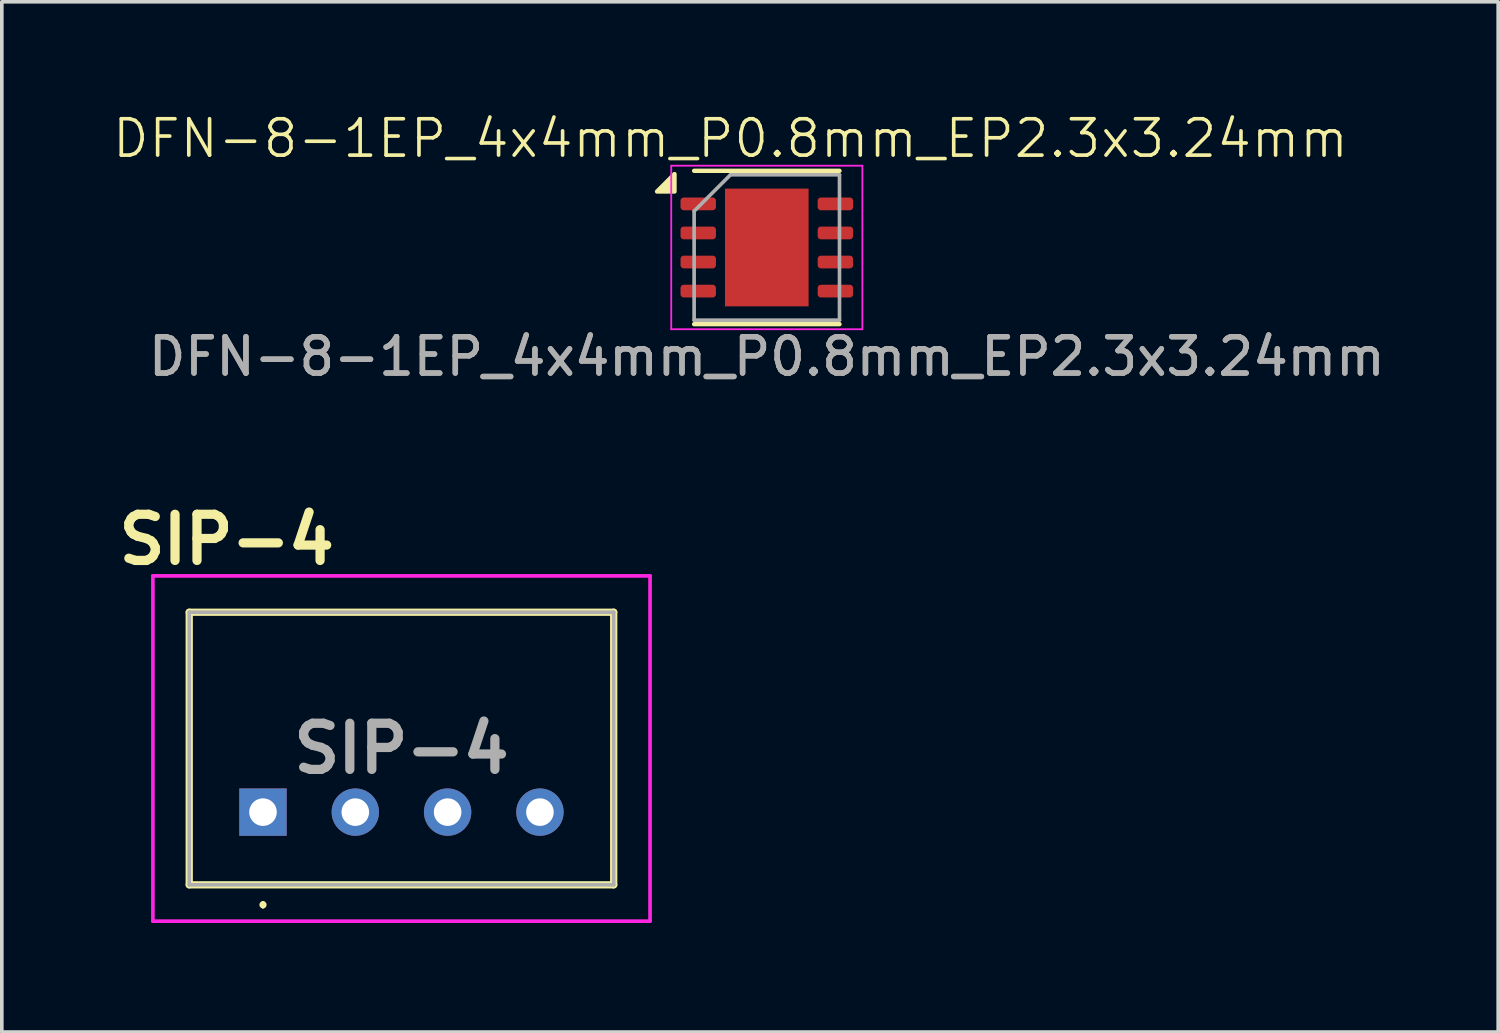
<source format=kicad_pcb>
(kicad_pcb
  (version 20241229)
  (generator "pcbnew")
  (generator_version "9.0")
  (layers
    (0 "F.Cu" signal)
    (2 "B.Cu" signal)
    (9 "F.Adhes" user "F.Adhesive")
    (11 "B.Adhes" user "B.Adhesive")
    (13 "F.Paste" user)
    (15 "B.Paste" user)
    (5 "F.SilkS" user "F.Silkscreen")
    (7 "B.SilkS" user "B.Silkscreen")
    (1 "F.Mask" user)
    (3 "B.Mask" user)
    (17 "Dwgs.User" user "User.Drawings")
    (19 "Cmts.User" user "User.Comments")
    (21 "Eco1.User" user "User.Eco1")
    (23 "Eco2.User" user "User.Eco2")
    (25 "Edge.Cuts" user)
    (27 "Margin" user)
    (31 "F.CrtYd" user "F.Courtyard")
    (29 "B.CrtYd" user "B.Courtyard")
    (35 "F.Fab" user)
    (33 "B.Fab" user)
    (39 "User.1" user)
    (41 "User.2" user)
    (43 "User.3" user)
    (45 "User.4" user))
  (footprint "SIP-4"
    (layer "F.Cu")
    (at 4.187 19.297)
    (property "Reference" "SIP-4" (at -1 -7.5 0) (layer "F.SilkS") (effects (font (size 1.27 1.27) (thickness 0.254))))
    (attr through_hole)
    (fp_line (start -2.03 -5.5) (end -2.03 2) (stroke (width 0.2) (type solid)) (layer "F.SilkS"))
    (fp_line (start -2.03 2) (end 9.65 2) (stroke (width 0.2) (type solid)) (layer "F.SilkS"))
    (fp_line (start 0 2.5) (end 0 2.5) (stroke (width 0.1) (type solid)) (layer "F.SilkS"))
    (fp_line (start 0 2.6) (end 0 2.6) (stroke (width 0.1) (type solid)) (layer "F.SilkS"))
    (fp_line (start 9.65 -5.5) (end -2.03 -5.5) (stroke (width 0.2) (type solid)) (layer "F.SilkS"))
    (fp_line (start 9.65 2) (end 9.65 -5.5) (stroke (width 0.2) (type solid)) (layer "F.SilkS"))
    (fp_arc (start 0 2.5) (mid 0.05 2.55) (end 0 2.6) (stroke (width 0.1) (type solid)) (layer "F.SilkS"))
    (fp_arc (start 0 2.6) (mid -0.05 2.55) (end 0 2.5) (stroke (width 0.1) (type solid)) (layer "F.SilkS"))
    (fp_line (start -3.03 -6.5) (end -3.03 3) (stroke (width 0.1) (type solid)) (layer "F.CrtYd"))
    (fp_line (start -3.03 3) (end 10.65 3) (stroke (width 0.1) (type solid)) (layer "F.CrtYd"))
    (fp_line (start 10.65 -6.5) (end -3.03 -6.5) (stroke (width 0.1) (type solid)) (layer "F.CrtYd"))
    (fp_line (start 10.65 3) (end 10.65 -6.5) (stroke (width 0.1) (type solid)) (layer "F.CrtYd"))
    (fp_line (start -2.03 -5.5) (end -2.03 2) (stroke (width 0.1) (type solid)) (layer "F.Fab"))
    (fp_line (start -2.03 2) (end 9.65 2) (stroke (width 0.1) (type solid)) (layer "F.Fab"))
    (fp_line (start 9.65 -5.5) (end -2.03 -5.5) (stroke (width 0.1) (type solid)) (layer "F.Fab"))
    (fp_line (start 9.65 2) (end 9.65 -5.5) (stroke (width 0.1) (type solid)) (layer "F.Fab"))
    (fp_text user "${REFERENCE}" (at 3.81 -1.75 0) (layer "F.Fab") (effects (font (size 1.27 1.27) (thickness 0.254))))
    (pad "1" thru_hole rect (at 0 0) (size 1.303 1.303) (drill 0.76) (layers "*.Cu" "*.Mask"))
    (pad "2" thru_hole circle (at 2.54 0) (size 1.303 1.303) (drill 0.76) (layers "*.Cu" "*.Mask"))
    (pad "3" thru_hole circle (at 5.08 0) (size 1.303 1.303) (drill 0.76) (layers "*.Cu" "*.Mask"))
    (pad "4" thru_hole circle (at 7.62 0) (size 1.303 1.303) (drill 0.76) (layers "*.Cu" "*.Mask")))
  (footprint "DFN-8-1EP_4x4mm_P0.8mm_EP2.3x3.24mm"
    (layer "F.Cu")
    (at 18.05 3.76)
    (property "Reference" "DFN-8-1EP_4x4mm_P0.8mm_EP2.3x3.24mm" (at -1 -3 0) (unlocked yes) (layer "F.SilkS") (effects (font (size 1 1) (thickness 0.1))))
    (attr smd)
    (fp_line (start -2 -2.11) (end 2 -2.11) (stroke (width 0.12) (type solid)) (layer "F.SilkS"))
    (fp_line (start -2 2.11) (end 2 2.11) (stroke (width 0.12) (type solid)) (layer "F.SilkS"))
    (fp_poly (pts (xy -2.54 -1.54) (xy -3.02 -1.54) (xy -2.54 -2.02) (xy -2.54 -1.54)) (stroke (width 0.12) (type solid)) (fill yes) (layer "F.SilkS"))
    (fp_line (start -2.63 -2.25) (end -2.63 2.25) (stroke (width 0.05) (type solid)) (layer "F.CrtYd"))
    (fp_line (start -2.63 2.25) (end 2.63 2.25) (stroke (width 0.05) (type solid)) (layer "F.CrtYd"))
    (fp_line (start 2.63 -2.25) (end -2.63 -2.25) (stroke (width 0.05) (type solid)) (layer "F.CrtYd"))
    (fp_line (start 2.63 2.25) (end 2.63 -2.25) (stroke (width 0.05) (type solid)) (layer "F.CrtYd"))
    (fp_line (start -2 -1) (end -1 -2) (stroke (width 0.1) (type solid)) (layer "F.Fab"))
    (fp_line (start -2 2) (end -2 -1) (stroke (width 0.1) (type solid)) (layer "F.Fab"))
    (fp_line (start -1 -2) (end 2 -2) (stroke (width 0.1) (type solid)) (layer "F.Fab"))
    (fp_line (start 2 -2) (end 2 2) (stroke (width 0.1) (type solid)) (layer "F.Fab"))
    (fp_line (start 2 2) (end -2 2) (stroke (width 0.1) (type solid)) (layer "F.Fab"))
    (fp_text user "${REFERENCE}" (at 0 3 0) (layer "F.Fab") (effects (font (size 1 1) (thickness 0.15))))
    (fp_text user "${REFERENCE}" (at 0 3 0) (unlocked yes) (layer "F.Fab") (effects (font (size 1 1) (thickness 0.15))))
    (pad "" smd roundrect (at -0.575 -0.81) (size 0.93 1.31) (layers "F.Paste") (roundrect_rratio 0.25))
    (pad "" smd roundrect (at -0.575 0.81) (size 0.93 1.31) (layers "F.Paste") (roundrect_rratio 0.25))
    (pad "" smd roundrect (at 0.575 -0.81) (size 0.93 1.31) (layers "F.Paste") (roundrect_rratio 0.25))
    (pad "" smd roundrect (at 0.575 0.81) (size 0.93 1.31) (layers "F.Paste") (roundrect_rratio 0.25))
    (pad "1" smd roundrect (at -1.887 -1.2) (size 0.975 0.35) (layers "F.Cu" "F.Mask" "F.Paste") (roundrect_rratio 0.25))
    (pad "2" smd roundrect (at -1.887 -0.4) (size 0.975 0.35) (layers "F.Cu" "F.Mask" "F.Paste") (roundrect_rratio 0.25))
    (pad "3" smd roundrect (at -1.887 0.4) (size 0.975 0.35) (layers "F.Cu" "F.Mask" "F.Paste") (roundrect_rratio 0.25))
    (pad "4" smd roundrect (at -1.887 1.2) (size 0.975 0.35) (layers "F.Cu" "F.Mask" "F.Paste") (roundrect_rratio 0.25))
    (pad "5" smd roundrect (at 1.887 1.2) (size 0.975 0.35) (layers "F.Cu" "F.Mask" "F.Paste") (roundrect_rratio 0.25))
    (pad "6" smd roundrect (at 1.887 0.4) (size 0.975 0.35) (layers "F.Cu" "F.Mask" "F.Paste") (roundrect_rratio 0.25))
    (pad "7" smd roundrect (at 1.887 -0.4) (size 0.975 0.35) (layers "F.Cu" "F.Mask" "F.Paste") (roundrect_rratio 0.25))
    (pad "8" smd roundrect (at 1.887 -1.2) (size 0.975 0.35) (layers "F.Cu" "F.Mask" "F.Paste") (roundrect_rratio 0.25))
    (pad "9" smd rect (at 0 0) (size 2.3 3.24) (property pad_prop_heatsink) (layers "F.Cu" "F.Mask")))
  (gr_rect
    (start -3 -3)
    (end 38.175 25.347)
    (stroke (width 0.1) (type default))
    (fill no)
    (layer "Edge.Cuts")))
</source>
